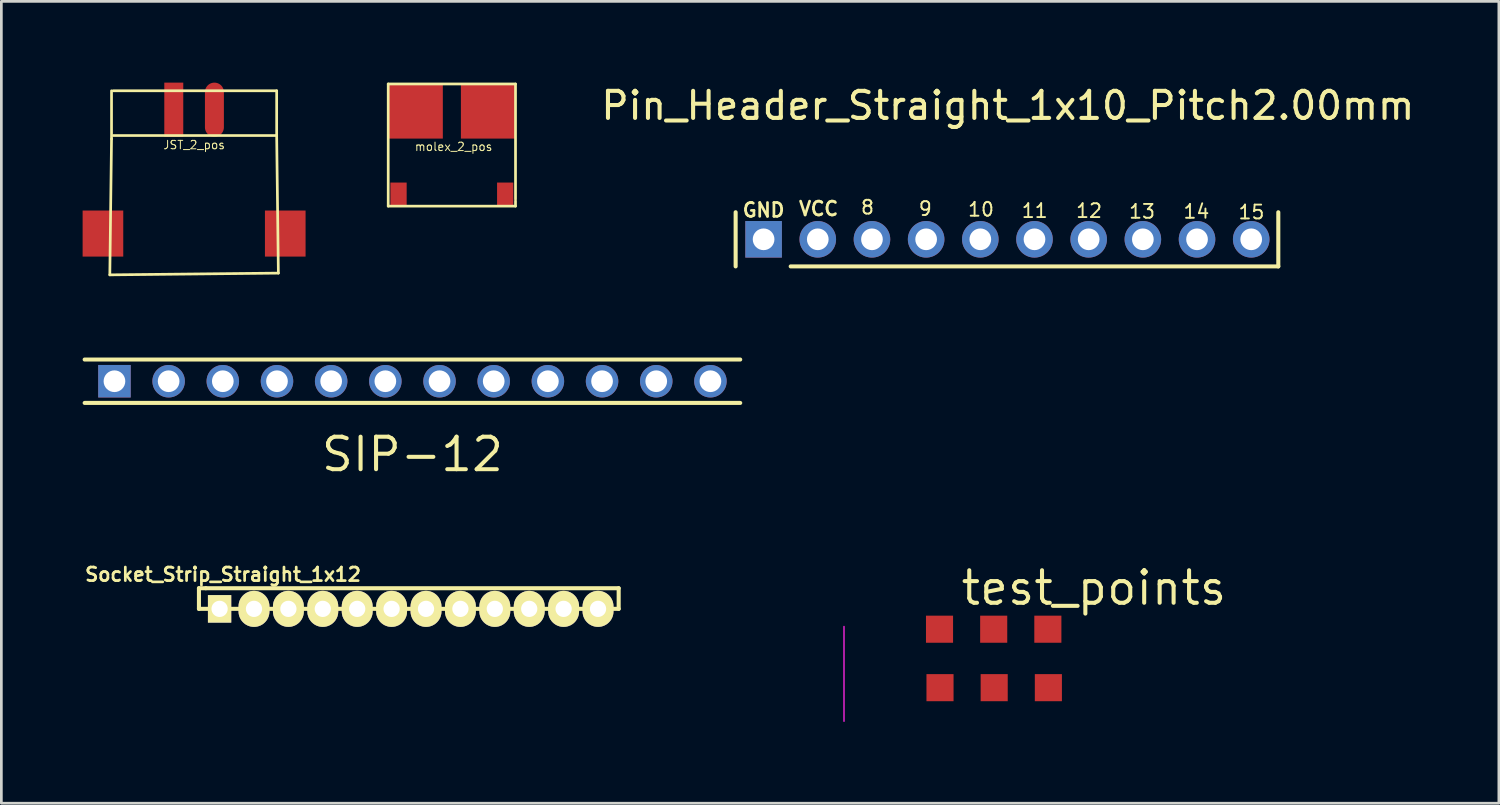
<source format=kicad_pcb>
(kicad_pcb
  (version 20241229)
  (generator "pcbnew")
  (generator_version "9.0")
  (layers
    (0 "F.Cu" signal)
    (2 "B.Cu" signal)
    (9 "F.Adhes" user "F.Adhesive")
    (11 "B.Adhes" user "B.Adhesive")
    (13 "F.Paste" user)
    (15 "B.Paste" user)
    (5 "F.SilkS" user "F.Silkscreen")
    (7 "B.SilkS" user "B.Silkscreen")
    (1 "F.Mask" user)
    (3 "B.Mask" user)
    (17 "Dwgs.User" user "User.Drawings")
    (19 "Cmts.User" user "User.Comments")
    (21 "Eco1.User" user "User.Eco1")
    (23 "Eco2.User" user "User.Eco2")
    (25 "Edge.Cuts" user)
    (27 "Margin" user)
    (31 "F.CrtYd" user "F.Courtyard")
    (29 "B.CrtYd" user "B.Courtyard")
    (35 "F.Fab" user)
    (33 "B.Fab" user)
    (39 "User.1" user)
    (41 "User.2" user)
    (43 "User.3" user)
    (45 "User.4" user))
  (footprint "Pin_Header_Straight_1x10_Pitch2.00mm"
    (layer "F.Cu")
    (at 34.155 5.848)
    (property "Reference" "Pin_Header_Straight_1x10_Pitch2.00mm" (at 0 -5 0) (layer "F.SilkS") (effects (font (size 1 1) (thickness 0.15))))
    (attr through_hole)
    (fp_line (start -10.049 0.936) (end -10.049 -1.063) (stroke (width 0.15) (type solid)) (layer "F.SilkS"))
    (fp_line (start 9.983 -1.063) (end 9.983 0.936) (stroke (width 0.15) (type solid)) (layer "F.SilkS"))
    (fp_line (start 9.983 0.936) (end -8.017 0.936) (stroke (width 0.15) (type solid)) (layer "F.SilkS"))
    (fp_text user "10" (at -0.991 -1.168 0) (layer "F.SilkS") (effects (font (size 0.51 0.5) (thickness 0.07))))
    (fp_text user "9" (at -3.048 -1.194 0) (layer "F.SilkS") (effects (font (size 0.51 0.5) (thickness 0.07))))
    (fp_text user "8" (at -5.182 -1.245 0) (layer "F.SilkS") (effects (font (size 0.51 0.5) (thickness 0.07))))
    (fp_text user "15" (at 8.992 -1.067 0) (layer "F.SilkS") (effects (font (size 0.51 0.5) (thickness 0.07))))
    (fp_text user "11" (at 0.991 -1.118 0) (layer "F.SilkS") (effects (font (size 0.51 0.5) (thickness 0.07))))
    (fp_text user "13" (at 4.953 -1.092 0) (layer "F.SilkS") (effects (font (size 0.51 0.5) (thickness 0.07))))
    (fp_text user "GND" (at -9.017 -1.143 0) (layer "F.SilkS") (effects (font (size 0.51 0.5) (thickness 0.1))))
    (fp_text user "14" (at 6.96 -1.092 0) (layer "F.SilkS") (effects (font (size 0.51 0.5) (thickness 0.07))))
    (fp_text user "12" (at 2.997 -1.118 0) (layer "F.SilkS") (effects (font (size 0.51 0.5) (thickness 0.07))))
    (fp_text user "VCC" (at -6.985 -1.194 0) (layer "F.SilkS") (effects (font (size 0.51 0.5) (thickness 0.1))))
    (pad "1" thru_hole rect (at -9.017 -0.064 90) (size 1.35 1.35) (drill 0.8) (layers "*.Cu" "*.Mask"))
    (pad "2" thru_hole circle (at -7.017 -0.064 90) (size 1.35 1.35) (drill 0.8) (layers "*.Cu" "*.Mask"))
    (pad "3" thru_hole circle (at -5.017 -0.064 90) (size 1.35 1.35) (drill 0.8) (layers "*.Cu" "*.Mask"))
    (pad "4" thru_hole circle (at -3.017 -0.064 90) (size 1.35 1.35) (drill 0.8) (layers "*.Cu" "*.Mask"))
    (pad "5" thru_hole circle (at -1.017 -0.064 90) (size 1.35 1.35) (drill 0.8) (layers "*.Cu" "*.Mask"))
    (pad "6" thru_hole circle (at 0.983 -0.064 90) (size 1.35 1.35) (drill 0.8) (layers "*.Cu" "*.Mask"))
    (pad "7" thru_hole circle (at 2.983 -0.064 90) (size 1.35 1.35) (drill 0.8) (layers "*.Cu" "*.Mask"))
    (pad "8" thru_hole circle (at 4.983 -0.064 90) (size 1.35 1.35) (drill 0.8) (layers "*.Cu" "*.Mask"))
    (pad "9" thru_hole circle (at 6.983 -0.064 90) (size 1.35 1.35) (drill 0.8) (layers "*.Cu" "*.Mask"))
    (pad "10" thru_hole circle (at 8.983 -0.064 90) (size 1.35 1.35) (drill 0.8) (layers "*.Cu" "*.Mask")))
  (footprint "JST_2_pos"
    (layer "F.Cu")
    (at 4.115 1)
    (property "Reference" "JST_2_pos" (at 0 1.3 0) (layer "F.SilkS") (effects (font (size 0.31 0.3) (thickness 0.000001))))
    (attr through_hole)
    (fp_line (start -3.111 6.096) (end -3.048 1.079) (stroke (width 0.1) (type solid)) (layer "F.SilkS"))
    (fp_line (start -3.048 1.079) (end -3.048 -0.699) (stroke (width 0.1) (type solid)) (layer "F.SilkS"))
    (fp_line (start -2.985 -0.699) (end 3.048 -0.699) (stroke (width 0.1) (type solid)) (layer "F.SilkS"))
    (fp_line (start -2.985 0.953) (end 3.048 0.953) (stroke (width 0.1) (type solid)) (layer "F.SilkS"))
    (fp_line (start 3.048 -0.699) (end 3.048 0.953) (stroke (width 0.1) (type solid)) (layer "F.SilkS"))
    (fp_line (start 3.048 0.953) (end 3.111 6.032) (stroke (width 0.1) (type solid)) (layer "F.SilkS"))
    (fp_line (start 3.111 6.032) (end -3.111 6.096) (stroke (width 0.1) (type solid)) (layer "F.SilkS"))
    (pad "" smd rect (at -3.365 4.572) (size 1.5 1.7) (layers "F.Cu" "F.Mask" "F.Paste"))
    (pad "" smd rect (at 3.365 4.572) (size 1.5 1.7) (layers "F.Cu" "F.Mask" "F.Paste"))
    (pad "1" smd rect (at -0.75 0) (size 0.7 2) (layers "F.Cu" "F.Mask" "F.Paste"))
    (pad "2" smd oval (at 0.75 0) (size 0.7 2) (layers "F.Cu" "F.Mask" "F.Paste")))
  (footprint "SIP-12"
    (layer "F.Cu")
    (at 12.175 11.023)
    (property "Reference" "SIP-12" (at 0 2.7 0) (layer "F.SilkS") (effects (font (size 1.2 1.2) (thickness 0.15))))
    (attr through_hole)
    (fp_line (start -12.1 -0.801) (end 12.1 -0.801) (stroke (width 0.15) (type solid)) (layer "F.SilkS"))
    (fp_line (start 12.1 0.801) (end -12.1 0.801) (stroke (width 0.15) (type solid)) (layer "F.SilkS"))
    (pad "1" thru_hole rect (at -11 0) (size 1.2 1.2) (drill 0.8) (layers "*.Cu" "*.Mask"))
    (pad "2" thru_hole circle (at -9 0) (size 1.2 1.2) (drill 0.8) (layers "*.Cu" "*.Mask"))
    (pad "3" thru_hole circle (at -7 0) (size 1.2 1.2) (drill 0.8) (layers "*.Cu" "*.Mask"))
    (pad "4" thru_hole circle (at -5 0) (size 1.2 1.2) (drill 0.8) (layers "*.Cu" "*.Mask"))
    (pad "5" thru_hole circle (at -3 0) (size 1.2 1.2) (drill 0.8) (layers "*.Cu" "*.Mask"))
    (pad "6" thru_hole circle (at -1 0) (size 1.2 1.2) (drill 0.8) (layers "*.Cu" "*.Mask"))
    (pad "7" thru_hole circle (at 1 0) (size 1.2 1.2) (drill 0.8) (layers "*.Cu" "*.Mask"))
    (pad "8" thru_hole circle (at 3 0) (size 1.2 1.2) (drill 0.8) (layers "*.Cu" "*.Mask"))
    (pad "9" thru_hole circle (at 5 0) (size 1.2 1.2) (drill 0.8) (layers "*.Cu" "*.Mask"))
    (pad "10" thru_hole circle (at 7 0) (size 1.2 1.2) (drill 0.8) (layers "*.Cu" "*.Mask"))
    (pad "11" thru_hole circle (at 9 0) (size 1.2 1.2) (drill 0.8) (layers "*.Cu" "*.Mask"))
    (pad "12" thru_hole circle (at 11 0) (size 1.2 1.2) (drill 0.8) (layers "*.Cu" "*.Mask")))
  (footprint "test_points"
    (layer "F.Cu")
    (at 33.647 21.256)
    (property "Reference" "test_points" (at 3.683 -2.603 0) (layer "F.SilkS") (effects (font (size 1.2 1.2) (thickness 0.15))))
    (attr through_hole)
    (pad "1" smd rect (at -2.015 -1.079) (size 1 1) (layers "F.Cu" "F.Mask" "F.Paste"))
    (pad "2" smd rect (at -0.015 -1.079) (size 1 1) (layers "F.Cu" "F.Mask" "F.Paste"))
    (pad "3" smd rect (at 1.984 -1.079) (size 1 1) (layers "F.Cu" "F.Mask" "F.Paste"))
    (pad "4" smd rect (at -1.997 1.079) (size 1 1) (layers "F.Cu" "F.Mask" "F.Paste"))
    (pad "5" smd rect (at 0.003 1.079) (size 1 1) (layers "F.Cu" "F.Mask" "F.Paste"))
    (pad "6" smd rect (at 2.003 1.079) (size 1 1) (layers "F.Cu" "F.Mask" "F.Paste")))
  (footprint "Socket_Strip_Straight_1x12"
    (layer "F.Cu")
    (at 11.406 19.426)
    (property "Reference" "Socket_Strip_Straight_1x12" (at -6.223 -1.27 0) (layer "F.SilkS") (effects (font (size 0.5 0.5) (thickness 0.1))))
    (attr through_hole)
    (fp_line (start -7.112 -0.762) (end -7.112 0) (stroke (width 0.15) (type solid)) (layer "F.SilkS"))
    (fp_line (start -7.112 0) (end 8.382 0) (stroke (width 0.15) (type solid)) (layer "F.SilkS"))
    (fp_line (start -6.858 -0.762) (end -7.112 -0.762) (stroke (width 0.15) (type solid)) (layer "F.SilkS"))
    (fp_line (start 8.382 -0.762) (end -6.858 -0.762) (stroke (width 0.15) (type solid)) (layer "F.SilkS"))
    (fp_line (start 8.382 0) (end 8.382 -0.762) (stroke (width 0.15) (type solid)) (layer "F.SilkS"))
    (fp_line (start 16.7 0.65) (end 16.7 4.15) (stroke (width 0.05) (type solid)) (layer "F.CrtYd"))
    (pad "1" thru_hole rect (at -6.35 0) (size 0.86 1.016) (drill 0.6) (layers "*.Cu" "*.Mask" "F.SilkS"))
    (pad "2" thru_hole oval (at -5.08 0) (size 1.14 1.33) (drill 0.6) (layers "*.Cu" "*.Mask" "F.SilkS"))
    (pad "3" thru_hole oval (at -3.81 0) (size 1.14 1.33) (drill 0.6) (layers "*.Cu" "*.Mask" "F.SilkS"))
    (pad "4" thru_hole oval (at -2.54 0) (size 1.14 1.33) (drill 0.6) (layers "*.Cu" "*.Mask" "F.SilkS"))
    (pad "5" thru_hole oval (at -1.27 0) (size 1.14 1.33) (drill 0.6) (layers "*.Cu" "*.Mask" "F.SilkS"))
    (pad "6" thru_hole oval (at 0 0) (size 1.14 1.33) (drill 0.6) (layers "*.Cu" "*.Mask" "F.SilkS"))
    (pad "7" thru_hole oval (at 1.27 0) (size 1.14 1.33) (drill 0.6) (layers "*.Cu" "*.Mask" "F.SilkS"))
    (pad "8" thru_hole oval (at 2.54 0) (size 1.14 1.33) (drill 0.6) (layers "*.Cu" "*.Mask" "F.SilkS"))
    (pad "9" thru_hole oval (at 3.81 0) (size 1.14 1.33) (drill 0.6) (layers "*.Cu" "*.Mask" "F.SilkS"))
    (pad "10" thru_hole oval (at 5.08 0) (size 1.14 1.33) (drill 0.6) (layers "*.Cu" "*.Mask" "F.SilkS"))
    (pad "11" thru_hole oval (at 6.35 0) (size 1.14 1.33) (drill 0.6) (layers "*.Cu" "*.Mask" "F.SilkS"))
    (pad "12" thru_hole oval (at 7.62 0) (size 1.14 1.33) (drill 0.6) (layers "*.Cu" "*.Mask" "F.SilkS")))
  (footprint "molex_2_pos"
    (layer "F.Cu")
    (at 13.694 1.066)
    (property "Reference" "molex_2_pos" (at 0 1.3 0) (layer "F.SilkS") (effects (font (size 0.31 0.3) (thickness 0.000001))))
    (attr through_hole)
    (fp_line (start -2.413 -1.016) (end 2.286 -1.016) (stroke (width 0.1) (type solid)) (layer "F.SilkS"))
    (fp_line (start -2.413 3.493) (end -2.413 -1.016) (stroke (width 0.1) (type solid)) (layer "F.SilkS"))
    (fp_line (start 2.286 -1.016) (end 2.286 3.239) (stroke (width 0.1) (type solid)) (layer "F.SilkS"))
    (fp_line (start 2.286 3.302) (end 2.286 3.493) (stroke (width 0.1) (type solid)) (layer "F.SilkS"))
    (fp_line (start 2.286 3.493) (end -2.413 3.493) (stroke (width 0.1) (type solid)) (layer "F.SilkS"))
    (pad "" smd rect (at -2.032 3.048) (size 0.6 0.85) (layers "F.Cu" "F.Mask" "F.Paste"))
    (pad "" smd rect (at 1.905 3.048) (size 0.6 0.85) (layers "F.Cu" "F.Mask" "F.Paste"))
    (pad "1" smd rect (at -1.397 0) (size 2 2) (layers "F.Cu" "F.Mask" "F.Paste"))
    (pad "2" smd rect (at 1.27 0) (size 2 2) (layers "F.Cu" "F.Mask" "F.Paste")))
  (gr_rect
    (start -3 -3)
    (end 52.28 26.601)
    (stroke (width 0.1) (type default))
    (fill no)
    (layer "Edge.Cuts")))
</source>
